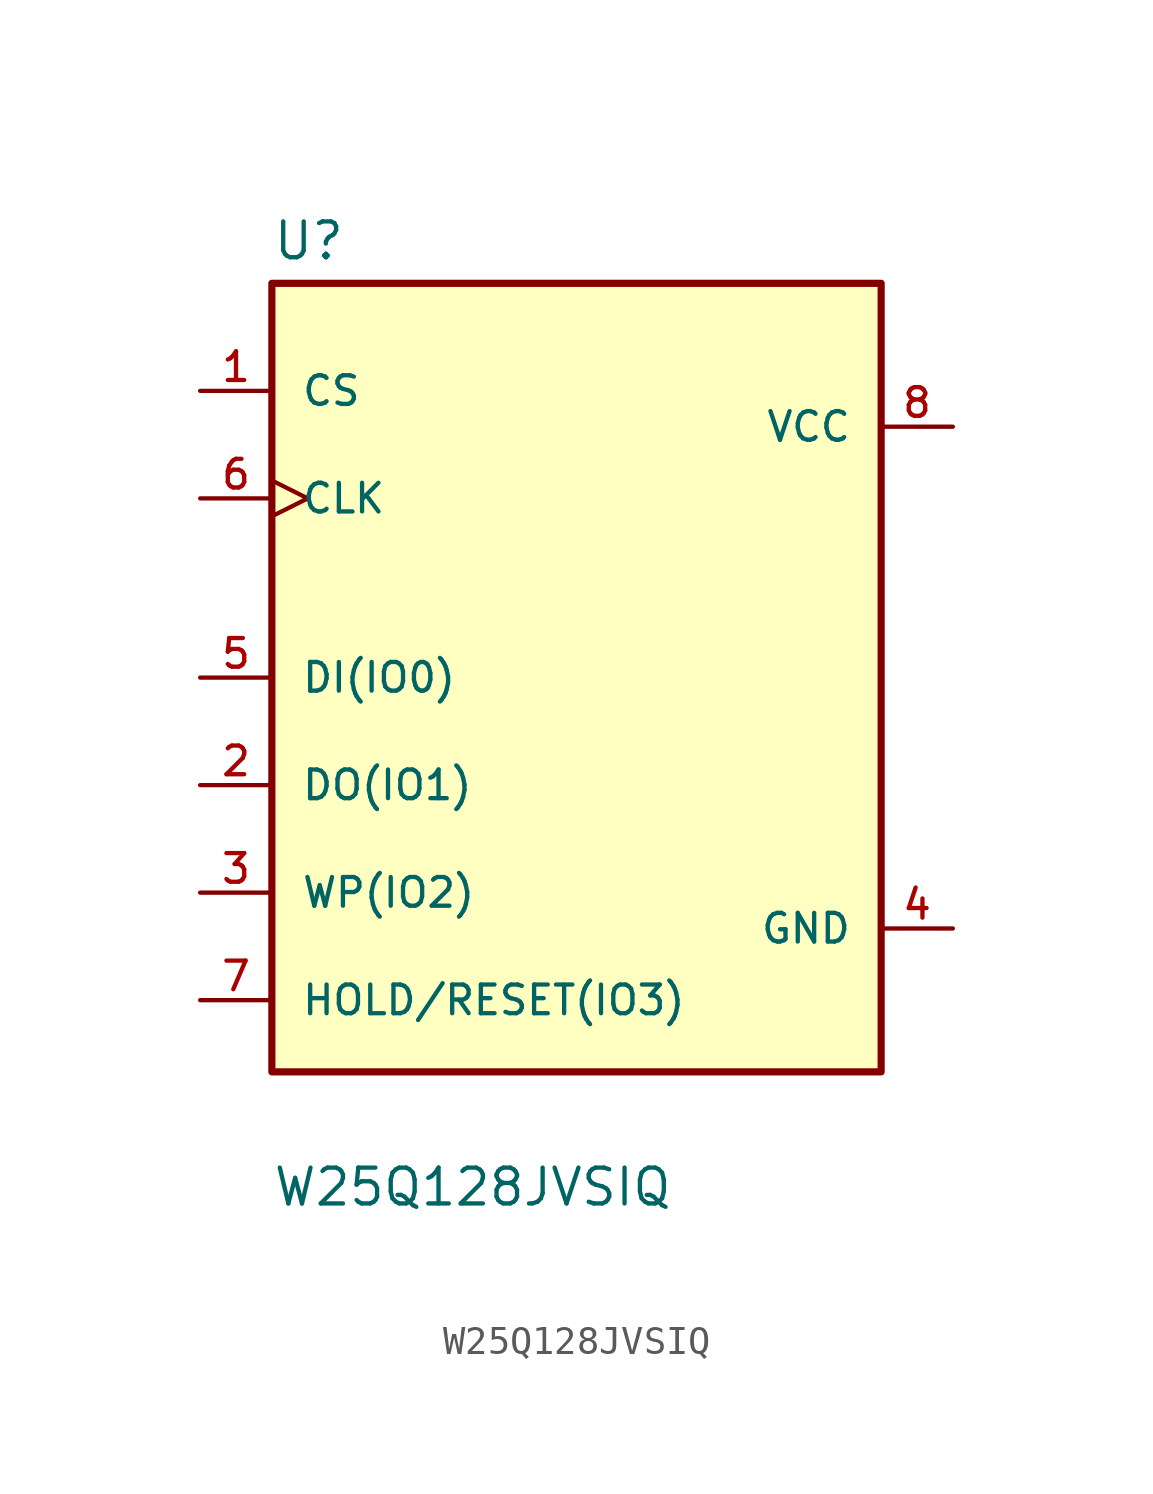
<source format=kicad_sym>
(kicad_symbol_lib
  (version 20241209)
  (generator "kicad_symbol_editor")
  (generator_version "9.0")
  (symbol "W25Q128JVSIQ"
    (pin_names
      (offset 1.016))
    (property "Reference" "U"
      (at -22.86 16.002 0)
      (effects (font (size 1.27 1.27)) (justify left bottom)))
    (property "Value" "W25Q128JVSIQ"
      (at -22.86 -17.526 0)
      (effects (font (size 1.27 1.27)) (justify left bottom)))
    (symbol "W25Q128JVSIQ_0_0"
      (rectangle (start -22.86 15.24) (end -1.27 -12.7) (stroke (width 0.254) (type default)) (fill (type background)))
      (pin input clock (at -25.4 7.62 0) (length 2.54) (name "CLK" (effects (font (size 1.016 1.016)))) (number "6" (effects (font (size 1.016 1.016)))))
      (pin bidirectional line (at -25.4 1.27 0) (length 2.54) (name "DI(IO0)" (effects (font (size 1.016 1.016)))) (number "5" (effects (font (size 1.016 1.016)))))
      (pin bidirectional line (at -25.4 -2.54 0) (length 2.54) (name "DO(IO1)" (effects (font (size 1.016 1.016)))) (number "2" (effects (font (size 1.016 1.016)))))
      (pin power_in line (at 1.27 10.16 180) (length 2.54) (name "VCC" (effects (font (size 1.016 1.016)))) (number "8" (effects (font (size 1.016 1.016)))))
      (pin power_in line (at 1.27 -7.62 180) (length 2.54) (name "GND" (effects (font (size 1.016 1.016)))) (number "4" (effects (font (size 1.016 1.016))))))
    (symbol "W25Q128JVSIQ_1_0"
      (pin input line (at -25.4 11.43 0) (length 2.54) (name "CS" (effects (font (size 1.016 1.016)))) (number "1" (effects (font (size 1.016 1.016)))))
      (pin bidirectional line (at -25.4 -6.35 0) (length 2.54) (name "WP(IO2)" (effects (font (size 1.016 1.016)))) (number "3" (effects (font (size 1.016 1.016)))))
      (pin bidirectional line (at -25.4 -10.16 0) (length 2.54) (name "HOLD/RESET(IO3)" (effects (font (size 1.016 1.016)))) (number "7" (effects (font (size 1.016 1.016))))))))
</source>
